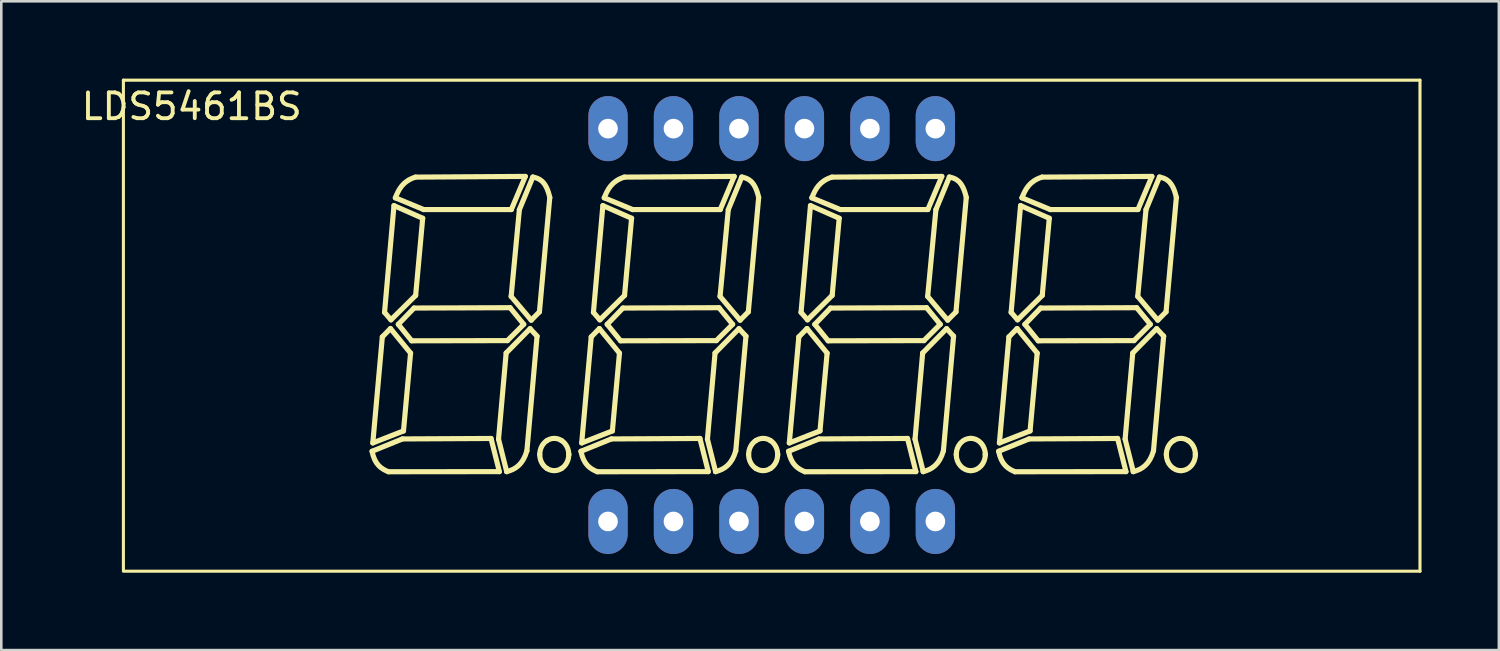
<source format=kicad_pcb>
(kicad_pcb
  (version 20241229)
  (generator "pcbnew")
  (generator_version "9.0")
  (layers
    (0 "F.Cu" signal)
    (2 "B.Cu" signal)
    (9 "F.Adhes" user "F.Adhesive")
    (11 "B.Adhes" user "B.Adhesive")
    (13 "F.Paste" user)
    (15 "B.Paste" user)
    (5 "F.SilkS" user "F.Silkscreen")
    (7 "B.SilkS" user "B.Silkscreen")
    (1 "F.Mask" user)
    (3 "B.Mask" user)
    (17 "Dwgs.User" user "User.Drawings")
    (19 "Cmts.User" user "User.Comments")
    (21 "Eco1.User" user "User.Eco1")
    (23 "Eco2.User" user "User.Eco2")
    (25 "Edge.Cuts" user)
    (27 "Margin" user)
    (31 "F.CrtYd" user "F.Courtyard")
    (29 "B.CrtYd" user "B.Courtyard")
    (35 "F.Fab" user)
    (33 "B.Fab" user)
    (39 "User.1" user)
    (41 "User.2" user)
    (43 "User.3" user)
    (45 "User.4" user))
  (footprint "LDS5461BS"
    (layer "F.Cu")
    (at 26.887 9.58)
    (property "Reference" "LDS5461BS" (at -22.5 -8.5 0) (layer "F.SilkS") (effects (font (size 1 1) (thickness 0.15))))
    (attr through_hole)
    (fp_line (start -25.15 -9.52) (end -25.15 9.48) (stroke (width 0.12) (type solid)) (layer "F.SilkS"))
    (fp_line (start -25.15 -9.52) (end 25.15 -9.52) (stroke (width 0.12) (type solid)) (layer "F.SilkS"))
    (fp_line (start -25.15 9.53) (end 25.15 9.53) (stroke (width 0.12) (type solid)) (layer "F.SilkS"))
    (fp_line (start -15.474 4.553) (end -15.105 0.439) (stroke (width 0.2) (type solid)) (layer "F.SilkS"))
    (fp_line (start -15.105 0.439) (end -14.789 0.116) (stroke (width 0.2) (type solid)) (layer "F.SilkS"))
    (fp_line (start -15.019 -0.512) (end -14.77 -0.222) (stroke (width 0.2) (type solid)) (layer "F.SilkS"))
    (fp_line (start -14.867 5.671) (end -10.564 5.666) (stroke (width 0.2) (type solid)) (layer "F.SilkS"))
    (fp_line (start -14.789 0.116) (end -14.009 1.069) (stroke (width 0.2) (type solid)) (layer "F.SilkS"))
    (fp_line (start -14.77 -0.222) (end -13.812 -1.17) (stroke (width 0.2) (type solid)) (layer "F.SilkS"))
    (fp_line (start -14.653 -4.653) (end -15.019 -0.512) (stroke (width 0.2) (type solid)) (layer "F.SilkS"))
    (fp_line (start -14.6 -4.956) (end -13.5 -4.5) (stroke (width 0.2) (type solid)) (layer "F.SilkS"))
    (fp_line (start -14.485 -0.048) (end -13.968 0.591) (stroke (width 0.2) (type solid)) (layer "F.SilkS"))
    (fp_line (start -14.325 4.398) (end -15.503 4.877) (stroke (width 0.2) (type solid)) (layer "F.SilkS"))
    (fp_line (start -14.284 4.088) (end -15.474 4.553) (stroke (width 0.2) (type solid)) (layer "F.SilkS"))
    (fp_line (start -14.009 1.069) (end -14.284 4.088) (stroke (width 0.2) (type solid)) (layer "F.SilkS"))
    (fp_line (start -13.968 0.591) (end -10.252 0.584) (stroke (width 0.2) (type solid)) (layer "F.SilkS"))
    (fp_line (start -13.875 -0.68) (end -14.485 -0.048) (stroke (width 0.2) (type solid)) (layer "F.SilkS"))
    (fp_line (start -13.812 -1.17) (end -13.539 -4.163) (stroke (width 0.2) (type solid)) (layer "F.SilkS"))
    (fp_line (start -13.539 -4.163) (end -14.653 -4.653) (stroke (width 0.2) (type solid)) (layer "F.SilkS"))
    (fp_line (start -13.5 -4.5) (end -10.1 -4.5) (stroke (width 0.2) (type solid)) (layer "F.SilkS"))
    (fp_line (start -10.888 4.38) (end -14.325 4.398) (stroke (width 0.2) (type solid)) (layer "F.SilkS"))
    (fp_line (start -10.597 4.407) (end -10.301 1.064) (stroke (width 0.2) (type solid)) (layer "F.SilkS"))
    (fp_line (start -10.564 5.666) (end -10.888 4.38) (stroke (width 0.2) (type solid)) (layer "F.SilkS"))
    (fp_line (start -10.301 1.064) (end -9.373 0.12) (stroke (width 0.2) (type solid)) (layer "F.SilkS"))
    (fp_line (start -10.281 5.666) (end -10.597 4.407) (stroke (width 0.2) (type solid)) (layer "F.SilkS"))
    (fp_line (start -10.281 5.666) (end -10.281 5.666) (stroke (width 0.2) (type solid)) (layer "F.SilkS"))
    (fp_line (start -10.252 0.584) (end -9.619 -0.048) (stroke (width 0.2) (type solid)) (layer "F.SilkS"))
    (fp_line (start -10.148 -0.693) (end -13.875 -0.68) (stroke (width 0.2) (type solid)) (layer "F.SilkS"))
    (fp_line (start -10.107 -1.131) (end -9.329 -0.209) (stroke (width 0.2) (type solid)) (layer "F.SilkS"))
    (fp_line (start -10.1 -4.5) (end -9.558 -5.786) (stroke (width 0.2) (type solid)) (layer "F.SilkS"))
    (fp_line (start -9.788 -4.498) (end -10.107 -1.131) (stroke (width 0.2) (type solid)) (layer "F.SilkS"))
    (fp_line (start -9.619 -0.048) (end -10.148 -0.693) (stroke (width 0.2) (type solid)) (layer "F.SilkS"))
    (fp_line (start -9.558 -5.786) (end -13.82 -5.759) (stroke (width 0.2) (type solid)) (layer "F.SilkS"))
    (fp_line (start -9.373 0.12) (end -9.102 0.412) (stroke (width 0.2) (type solid)) (layer "F.SilkS"))
    (fp_line (start -9.329 -0.209) (end -9.01 -0.531) (stroke (width 0.2) (type solid)) (layer "F.SilkS"))
    (fp_line (start -9.265 -5.762) (end -9.788 -4.498) (stroke (width 0.2) (type solid)) (layer "F.SilkS"))
    (fp_line (start -9.102 0.412) (end -9.496 4.859) (stroke (width 0.2) (type solid)) (layer "F.SilkS"))
    (fp_line (start -9.01 -0.531) (end -8.609 -4.969) (stroke (width 0.2) (type solid)) (layer "F.SilkS"))
    (fp_line (start -7.872 5.003) (end -7.872 5.003) (stroke (width 0.2) (type solid)) (layer "F.SilkS"))
    (fp_line (start -7.37 4.553) (end -7.001 0.439) (stroke (width 0.2) (type solid)) (layer "F.SilkS"))
    (fp_line (start -7.001 0.439) (end -6.685 0.116) (stroke (width 0.2) (type solid)) (layer "F.SilkS"))
    (fp_line (start -6.915 -0.512) (end -6.666 -0.222) (stroke (width 0.2) (type solid)) (layer "F.SilkS"))
    (fp_line (start -6.763 5.671) (end -2.46 5.666) (stroke (width 0.2) (type solid)) (layer "F.SilkS"))
    (fp_line (start -6.685 0.116) (end -5.905 1.069) (stroke (width 0.2) (type solid)) (layer "F.SilkS"))
    (fp_line (start -6.666 -0.222) (end -5.708 -1.17) (stroke (width 0.2) (type solid)) (layer "F.SilkS"))
    (fp_line (start -6.549 -4.653) (end -6.915 -0.512) (stroke (width 0.2) (type solid)) (layer "F.SilkS"))
    (fp_line (start -6.496 -4.956) (end -5.396 -4.5) (stroke (width 0.2) (type solid)) (layer "F.SilkS"))
    (fp_line (start -6.381 -0.048) (end -5.864 0.591) (stroke (width 0.2) (type solid)) (layer "F.SilkS"))
    (fp_line (start -6.221 4.398) (end -7.399 4.877) (stroke (width 0.2) (type solid)) (layer "F.SilkS"))
    (fp_line (start -6.18 4.088) (end -7.37 4.553) (stroke (width 0.2) (type solid)) (layer "F.SilkS"))
    (fp_line (start -5.905 1.069) (end -6.18 4.088) (stroke (width 0.2) (type solid)) (layer "F.SilkS"))
    (fp_line (start -5.864 0.591) (end -2.148 0.584) (stroke (width 0.2) (type solid)) (layer "F.SilkS"))
    (fp_line (start -5.771 -0.68) (end -6.381 -0.048) (stroke (width 0.2) (type solid)) (layer "F.SilkS"))
    (fp_line (start -5.708 -1.17) (end -5.435 -4.163) (stroke (width 0.2) (type solid)) (layer "F.SilkS"))
    (fp_line (start -5.435 -4.163) (end -6.549 -4.653) (stroke (width 0.2) (type solid)) (layer "F.SilkS"))
    (fp_line (start -5.396 -4.5) (end -1.996 -4.5) (stroke (width 0.2) (type solid)) (layer "F.SilkS"))
    (fp_line (start -2.784 4.38) (end -6.221 4.398) (stroke (width 0.2) (type solid)) (layer "F.SilkS"))
    (fp_line (start -2.493 4.407) (end -2.197 1.064) (stroke (width 0.2) (type solid)) (layer "F.SilkS"))
    (fp_line (start -2.46 5.666) (end -2.784 4.38) (stroke (width 0.2) (type solid)) (layer "F.SilkS"))
    (fp_line (start -2.197 1.064) (end -1.269 0.12) (stroke (width 0.2) (type solid)) (layer "F.SilkS"))
    (fp_line (start -2.177 5.666) (end -2.493 4.407) (stroke (width 0.2) (type solid)) (layer "F.SilkS"))
    (fp_line (start -2.177 5.666) (end -2.177 5.666) (stroke (width 0.2) (type solid)) (layer "F.SilkS"))
    (fp_line (start -2.148 0.584) (end -1.515 -0.048) (stroke (width 0.2) (type solid)) (layer "F.SilkS"))
    (fp_line (start -2.044 -0.693) (end -5.771 -0.68) (stroke (width 0.2) (type solid)) (layer "F.SilkS"))
    (fp_line (start -2.003 -1.131) (end -1.225 -0.209) (stroke (width 0.2) (type solid)) (layer "F.SilkS"))
    (fp_line (start -1.996 -4.5) (end -1.454 -5.786) (stroke (width 0.2) (type solid)) (layer "F.SilkS"))
    (fp_line (start -1.684 -4.498) (end -2.003 -1.131) (stroke (width 0.2) (type solid)) (layer "F.SilkS"))
    (fp_line (start -1.515 -0.048) (end -2.044 -0.693) (stroke (width 0.2) (type solid)) (layer "F.SilkS"))
    (fp_line (start -1.454 -5.786) (end -5.716 -5.759) (stroke (width 0.2) (type solid)) (layer "F.SilkS"))
    (fp_line (start -1.269 0.12) (end -0.998 0.412) (stroke (width 0.2) (type solid)) (layer "F.SilkS"))
    (fp_line (start -1.225 -0.209) (end -0.906 -0.531) (stroke (width 0.2) (type solid)) (layer "F.SilkS"))
    (fp_line (start -1.161 -5.762) (end -1.684 -4.498) (stroke (width 0.2) (type solid)) (layer "F.SilkS"))
    (fp_line (start -0.998 0.412) (end -1.393 4.859) (stroke (width 0.2) (type solid)) (layer "F.SilkS"))
    (fp_line (start -0.906 -0.531) (end -0.505 -4.969) (stroke (width 0.2) (type solid)) (layer "F.SilkS"))
    (fp_line (start 0.232 5.003) (end 0.232 5.003) (stroke (width 0.2) (type solid)) (layer "F.SilkS"))
    (fp_line (start 0.684 4.553) (end 1.053 0.439) (stroke (width 0.2) (type solid)) (layer "F.SilkS"))
    (fp_line (start 1.053 0.439) (end 1.369 0.116) (stroke (width 0.2) (type solid)) (layer "F.SilkS"))
    (fp_line (start 1.139 -0.512) (end 1.389 -0.222) (stroke (width 0.2) (type solid)) (layer "F.SilkS"))
    (fp_line (start 1.291 5.671) (end 5.594 5.666) (stroke (width 0.2) (type solid)) (layer "F.SilkS"))
    (fp_line (start 1.369 0.116) (end 2.15 1.069) (stroke (width 0.2) (type solid)) (layer "F.SilkS"))
    (fp_line (start 1.389 -0.222) (end 2.347 -1.17) (stroke (width 0.2) (type solid)) (layer "F.SilkS"))
    (fp_line (start 1.505 -4.653) (end 1.139 -0.512) (stroke (width 0.2) (type solid)) (layer "F.SilkS"))
    (fp_line (start 1.558 -4.956) (end 2.659 -4.5) (stroke (width 0.2) (type solid)) (layer "F.SilkS"))
    (fp_line (start 1.673 -0.048) (end 2.19 0.591) (stroke (width 0.2) (type solid)) (layer "F.SilkS"))
    (fp_line (start 1.833 4.398) (end 0.655 4.877) (stroke (width 0.2) (type solid)) (layer "F.SilkS"))
    (fp_line (start 1.874 4.088) (end 0.684 4.553) (stroke (width 0.2) (type solid)) (layer "F.SilkS"))
    (fp_line (start 2.15 1.069) (end 1.874 4.088) (stroke (width 0.2) (type solid)) (layer "F.SilkS"))
    (fp_line (start 2.19 0.591) (end 5.906 0.584) (stroke (width 0.2) (type solid)) (layer "F.SilkS"))
    (fp_line (start 2.283 -0.68) (end 1.673 -0.048) (stroke (width 0.2) (type solid)) (layer "F.SilkS"))
    (fp_line (start 2.347 -1.17) (end 2.62 -4.163) (stroke (width 0.2) (type solid)) (layer "F.SilkS"))
    (fp_line (start 2.62 -4.163) (end 1.505 -4.653) (stroke (width 0.2) (type solid)) (layer "F.SilkS"))
    (fp_line (start 2.659 -4.5) (end 6.058 -4.5) (stroke (width 0.2) (type solid)) (layer "F.SilkS"))
    (fp_line (start 5.27 4.38) (end 1.833 4.398) (stroke (width 0.2) (type solid)) (layer "F.SilkS"))
    (fp_line (start 5.561 4.407) (end 5.857 1.064) (stroke (width 0.2) (type solid)) (layer "F.SilkS"))
    (fp_line (start 5.594 5.666) (end 5.27 4.38) (stroke (width 0.2) (type solid)) (layer "F.SilkS"))
    (fp_line (start 5.857 1.064) (end 6.785 0.12) (stroke (width 0.2) (type solid)) (layer "F.SilkS"))
    (fp_line (start 5.878 5.666) (end 5.561 4.407) (stroke (width 0.2) (type solid)) (layer "F.SilkS"))
    (fp_line (start 5.878 5.666) (end 5.878 5.666) (stroke (width 0.2) (type solid)) (layer "F.SilkS"))
    (fp_line (start 5.906 0.584) (end 6.539 -0.048) (stroke (width 0.2) (type solid)) (layer "F.SilkS"))
    (fp_line (start 6.011 -0.693) (end 2.283 -0.68) (stroke (width 0.2) (type solid)) (layer "F.SilkS"))
    (fp_line (start 6.051 -1.131) (end 6.829 -0.209) (stroke (width 0.2) (type solid)) (layer "F.SilkS"))
    (fp_line (start 6.058 -4.5) (end 6.6 -5.786) (stroke (width 0.2) (type solid)) (layer "F.SilkS"))
    (fp_line (start 6.371 -4.498) (end 6.051 -1.131) (stroke (width 0.2) (type solid)) (layer "F.SilkS"))
    (fp_line (start 6.539 -0.048) (end 6.011 -0.693) (stroke (width 0.2) (type solid)) (layer "F.SilkS"))
    (fp_line (start 6.6 -5.786) (end 2.338 -5.759) (stroke (width 0.2) (type solid)) (layer "F.SilkS"))
    (fp_line (start 6.785 0.12) (end 7.056 0.412) (stroke (width 0.2) (type solid)) (layer "F.SilkS"))
    (fp_line (start 6.829 -0.209) (end 7.149 -0.531) (stroke (width 0.2) (type solid)) (layer "F.SilkS"))
    (fp_line (start 6.893 -5.762) (end 6.371 -4.498) (stroke (width 0.2) (type solid)) (layer "F.SilkS"))
    (fp_line (start 7.056 0.412) (end 6.662 4.859) (stroke (width 0.2) (type solid)) (layer "F.SilkS"))
    (fp_line (start 7.149 -0.531) (end 7.549 -4.969) (stroke (width 0.2) (type solid)) (layer "F.SilkS"))
    (fp_line (start 8.287 5.003) (end 8.287 5.003) (stroke (width 0.2) (type solid)) (layer "F.SilkS"))
    (fp_line (start 8.834 4.553) (end 9.203 0.439) (stroke (width 0.2) (type solid)) (layer "F.SilkS"))
    (fp_line (start 9.203 0.439) (end 9.519 0.116) (stroke (width 0.2) (type solid)) (layer "F.SilkS"))
    (fp_line (start 9.289 -0.512) (end 9.539 -0.222) (stroke (width 0.2) (type solid)) (layer "F.SilkS"))
    (fp_line (start 9.441 5.671) (end 13.744 5.666) (stroke (width 0.2) (type solid)) (layer "F.SilkS"))
    (fp_line (start 9.519 0.116) (end 10.3 1.069) (stroke (width 0.2) (type solid)) (layer "F.SilkS"))
    (fp_line (start 9.539 -0.222) (end 10.497 -1.17) (stroke (width 0.2) (type solid)) (layer "F.SilkS"))
    (fp_line (start 9.655 -4.653) (end 9.289 -0.512) (stroke (width 0.2) (type solid)) (layer "F.SilkS"))
    (fp_line (start 9.708 -4.956) (end 10.809 -4.5) (stroke (width 0.2) (type solid)) (layer "F.SilkS"))
    (fp_line (start 9.823 -0.048) (end 10.34 0.591) (stroke (width 0.2) (type solid)) (layer "F.SilkS"))
    (fp_line (start 9.983 4.398) (end 8.805 4.877) (stroke (width 0.2) (type solid)) (layer "F.SilkS"))
    (fp_line (start 10.024 4.088) (end 8.834 4.553) (stroke (width 0.2) (type solid)) (layer "F.SilkS"))
    (fp_line (start 10.3 1.069) (end 10.024 4.088) (stroke (width 0.2) (type solid)) (layer "F.SilkS"))
    (fp_line (start 10.34 0.591) (end 14.056 0.584) (stroke (width 0.2) (type solid)) (layer "F.SilkS"))
    (fp_line (start 10.433 -0.68) (end 9.823 -0.048) (stroke (width 0.2) (type solid)) (layer "F.SilkS"))
    (fp_line (start 10.497 -1.17) (end 10.77 -4.163) (stroke (width 0.2) (type solid)) (layer "F.SilkS"))
    (fp_line (start 10.77 -4.163) (end 9.655 -4.653) (stroke (width 0.2) (type solid)) (layer "F.SilkS"))
    (fp_line (start 10.809 -4.5) (end 14.208 -4.5) (stroke (width 0.2) (type solid)) (layer "F.SilkS"))
    (fp_line (start 13.42 4.38) (end 9.983 4.398) (stroke (width 0.2) (type solid)) (layer "F.SilkS"))
    (fp_line (start 13.711 4.407) (end 14.007 1.064) (stroke (width 0.2) (type solid)) (layer "F.SilkS"))
    (fp_line (start 13.744 5.666) (end 13.42 4.38) (stroke (width 0.2) (type solid)) (layer "F.SilkS"))
    (fp_line (start 14.007 1.064) (end 14.935 0.12) (stroke (width 0.2) (type solid)) (layer "F.SilkS"))
    (fp_line (start 14.028 5.666) (end 13.711 4.407) (stroke (width 0.2) (type solid)) (layer "F.SilkS"))
    (fp_line (start 14.028 5.666) (end 14.028 5.666) (stroke (width 0.2) (type solid)) (layer "F.SilkS"))
    (fp_line (start 14.056 0.584) (end 14.689 -0.048) (stroke (width 0.2) (type solid)) (layer "F.SilkS"))
    (fp_line (start 14.161 -0.693) (end 10.433 -0.68) (stroke (width 0.2) (type solid)) (layer "F.SilkS"))
    (fp_line (start 14.201 -1.131) (end 14.979 -0.209) (stroke (width 0.2) (type solid)) (layer "F.SilkS"))
    (fp_line (start 14.208 -4.5) (end 14.75 -5.786) (stroke (width 0.2) (type solid)) (layer "F.SilkS"))
    (fp_line (start 14.521 -4.498) (end 14.201 -1.131) (stroke (width 0.2) (type solid)) (layer "F.SilkS"))
    (fp_line (start 14.689 -0.048) (end 14.161 -0.693) (stroke (width 0.2) (type solid)) (layer "F.SilkS"))
    (fp_line (start 14.75 -5.786) (end 10.488 -5.759) (stroke (width 0.2) (type solid)) (layer "F.SilkS"))
    (fp_line (start 14.935 0.12) (end 15.206 0.412) (stroke (width 0.2) (type solid)) (layer "F.SilkS"))
    (fp_line (start 14.979 -0.209) (end 15.299 -0.531) (stroke (width 0.2) (type solid)) (layer "F.SilkS"))
    (fp_line (start 15.043 -5.762) (end 14.521 -4.498) (stroke (width 0.2) (type solid)) (layer "F.SilkS"))
    (fp_line (start 15.206 0.412) (end 14.812 4.859) (stroke (width 0.2) (type solid)) (layer "F.SilkS"))
    (fp_line (start 15.299 -0.531) (end 15.699 -4.969) (stroke (width 0.2) (type solid)) (layer "F.SilkS"))
    (fp_line (start 16.437 5.003) (end 16.437 5.003) (stroke (width 0.2) (type solid)) (layer "F.SilkS"))
    (fp_line (start 25.15 -9.52) (end 25.15 9.53) (stroke (width 0.12) (type solid)) (layer "F.SilkS"))
    (fp_curve (pts (xy -15.503 4.877) (xy -15.404 5.386) (xy -15.15 5.559) (xy -14.867 5.671)) (stroke (width 0.2) (type solid)) (layer "F.SilkS"))
    (fp_curve (pts (xy -13.82 -5.759) (xy -14.313 -5.603) (xy -14.467 -5.285) (xy -14.6 -4.956)) (stroke (width 0.2) (type solid)) (layer "F.SilkS"))
    (fp_curve (pts (xy -9.496 4.859) (xy -9.649 5.39) (xy -9.943 5.582) (xy -10.281 5.666)) (stroke (width 0.2) (type solid)) (layer "F.SilkS"))
    (fp_curve (pts (xy -8.998 5.003) (xy -8.998 4.779) (xy -8.891 4.573) (xy -8.716 4.461)) (stroke (width 0.2) (type solid)) (layer "F.SilkS"))
    (fp_curve (pts (xy -8.716 4.461) (xy -8.542 4.349) (xy -8.327 4.349) (xy -8.153 4.461)) (stroke (width 0.2) (type solid)) (layer "F.SilkS"))
    (fp_curve (pts (xy -8.716 5.545) (xy -8.891 5.433) (xy -8.998 5.226) (xy -8.998 5.003)) (stroke (width 0.2) (type solid)) (layer "F.SilkS"))
    (fp_curve (pts (xy -8.609 -4.969) (xy -8.759 -5.645) (xy -9.05 -5.715) (xy -9.265 -5.762)) (stroke (width 0.2) (type solid)) (layer "F.SilkS"))
    (fp_curve (pts (xy -8.153 4.461) (xy -7.979 4.573) (xy -7.872 4.779) (xy -7.872 5.003)) (stroke (width 0.2) (type solid)) (layer "F.SilkS"))
    (fp_curve (pts (xy -8.153 5.545) (xy -8.327 5.656) (xy -8.542 5.656) (xy -8.716 5.545)) (stroke (width 0.2) (type solid)) (layer "F.SilkS"))
    (fp_curve (pts (xy -7.872 5.003) (xy -7.872 5.226) (xy -7.979 5.433) (xy -8.153 5.545)) (stroke (width 0.2) (type solid)) (layer "F.SilkS"))
    (fp_curve (pts (xy -7.399 4.877) (xy -7.3 5.386) (xy -7.046 5.559) (xy -6.763 5.671)) (stroke (width 0.2) (type solid)) (layer "F.SilkS"))
    (fp_curve (pts (xy -5.716 -5.759) (xy -6.209 -5.603) (xy -6.363 -5.285) (xy -6.496 -4.956)) (stroke (width 0.2) (type solid)) (layer "F.SilkS"))
    (fp_curve (pts (xy -1.393 4.859) (xy -1.546 5.39) (xy -1.839 5.582) (xy -2.177 5.666)) (stroke (width 0.2) (type solid)) (layer "F.SilkS"))
    (fp_curve (pts (xy -0.894 5.003) (xy -0.894 4.779) (xy -0.787 4.573) (xy -0.612 4.461)) (stroke (width 0.2) (type solid)) (layer "F.SilkS"))
    (fp_curve (pts (xy -0.612 4.461) (xy -0.438 4.349) (xy -0.223 4.349) (xy -0.049 4.461)) (stroke (width 0.2) (type solid)) (layer "F.SilkS"))
    (fp_curve (pts (xy -0.612 5.545) (xy -0.787 5.433) (xy -0.894 5.226) (xy -0.894 5.003)) (stroke (width 0.2) (type solid)) (layer "F.SilkS"))
    (fp_curve (pts (xy -0.505 -4.969) (xy -0.655 -5.645) (xy -0.946 -5.715) (xy -1.161 -5.762)) (stroke (width 0.2) (type solid)) (layer "F.SilkS"))
    (fp_curve (pts (xy -0.049 4.461) (xy 0.125 4.573) (xy 0.232 4.779) (xy 0.232 5.003)) (stroke (width 0.2) (type solid)) (layer "F.SilkS"))
    (fp_curve (pts (xy -0.049 5.545) (xy -0.223 5.656) (xy -0.438 5.656) (xy -0.612 5.545)) (stroke (width 0.2) (type solid)) (layer "F.SilkS"))
    (fp_curve (pts (xy 0.232 5.003) (xy 0.232 5.226) (xy 0.125 5.433) (xy -0.049 5.545)) (stroke (width 0.2) (type solid)) (layer "F.SilkS"))
    (fp_curve (pts (xy 0.655 4.877) (xy 0.754 5.386) (xy 1.008 5.559) (xy 1.291 5.671)) (stroke (width 0.2) (type solid)) (layer "F.SilkS"))
    (fp_curve (pts (xy 2.338 -5.759) (xy 1.845 -5.603) (xy 1.692 -5.285) (xy 1.558 -4.956)) (stroke (width 0.2) (type solid)) (layer "F.SilkS"))
    (fp_curve (pts (xy 6.662 4.859) (xy 6.509 5.39) (xy 6.216 5.582) (xy 5.878 5.666)) (stroke (width 0.2) (type solid)) (layer "F.SilkS"))
    (fp_curve (pts (xy 7.16 5.003) (xy 7.16 4.657) (xy 7.412 4.377) (xy 7.723 4.377)) (stroke (width 0.2) (type solid)) (layer "F.SilkS"))
    (fp_curve (pts (xy 7.549 -4.969) (xy 7.4 -5.645) (xy 7.108 -5.715) (xy 6.893 -5.762)) (stroke (width 0.2) (type solid)) (layer "F.SilkS"))
    (fp_curve (pts (xy 7.723 4.377) (xy 8.035 4.377) (xy 8.287 4.657) (xy 8.287 5.003)) (stroke (width 0.2) (type solid)) (layer "F.SilkS"))
    (fp_curve (pts (xy 7.723 5.628) (xy 7.412 5.628) (xy 7.16 5.348) (xy 7.16 5.003)) (stroke (width 0.2) (type solid)) (layer "F.SilkS"))
    (fp_curve (pts (xy 8.287 5.003) (xy 8.287 5.348) (xy 8.035 5.628) (xy 7.723 5.628)) (stroke (width 0.2) (type solid)) (layer "F.SilkS"))
    (fp_curve (pts (xy 8.805 4.877) (xy 8.904 5.386) (xy 9.158 5.559) (xy 9.441 5.671)) (stroke (width 0.2) (type solid)) (layer "F.SilkS"))
    (fp_curve (pts (xy 10.488 -5.759) (xy 9.995 -5.603) (xy 9.842 -5.285) (xy 9.708 -4.956)) (stroke (width 0.2) (type solid)) (layer "F.SilkS"))
    (fp_curve (pts (xy 14.812 4.859) (xy 14.659 5.39) (xy 14.366 5.582) (xy 14.028 5.666)) (stroke (width 0.2) (type solid)) (layer "F.SilkS"))
    (fp_curve (pts (xy 15.31 5.003) (xy 15.31 4.779) (xy 15.418 4.573) (xy 15.592 4.461)) (stroke (width 0.2) (type solid)) (layer "F.SilkS"))
    (fp_curve (pts (xy 15.592 4.461) (xy 15.766 4.349) (xy 15.981 4.349) (xy 16.155 4.461)) (stroke (width 0.2) (type solid)) (layer "F.SilkS"))
    (fp_curve (pts (xy 15.699 -4.969) (xy 15.55 -5.645) (xy 15.258 -5.715) (xy 15.043 -5.762)) (stroke (width 0.2) (type solid)) (layer "F.SilkS"))
    (fp_curve (pts (xy 15.873 5.628) (xy 15.562 5.628) (xy 15.31 5.348) (xy 15.31 5.003)) (stroke (width 0.2) (type solid)) (layer "F.SilkS"))
    (fp_curve (pts (xy 16.155 4.461) (xy 16.329 4.573) (xy 16.437 4.779) (xy 16.437 5.003)) (stroke (width 0.2) (type solid)) (layer "F.SilkS"))
    (fp_curve (pts (xy 16.437 5.003) (xy 16.437 5.348) (xy 16.185 5.628) (xy 15.873 5.628)) (stroke (width 0.2) (type solid)) (layer "F.SilkS"))
    (pad "1" thru_hole oval (at -6.35 7.6) (size 1.524 2.524) (drill 0.762) (layers "*.Cu" "*.Mask"))
    (pad "2" thru_hole oval (at -3.81 7.6) (size 1.524 2.524) (drill 0.762) (layers "*.Cu" "*.Mask"))
    (pad "3" thru_hole oval (at -1.27 7.6) (size 1.524 2.524) (drill 0.762) (layers "*.Cu" "*.Mask"))
    (pad "4" thru_hole oval (at 1.27 7.6) (size 1.524 2.524) (drill 0.762) (layers "*.Cu" "*.Mask"))
    (pad "5" thru_hole oval (at 3.81 7.6) (size 1.524 2.524) (drill 0.762) (layers "*.Cu" "*.Mask"))
    (pad "6" thru_hole oval (at 6.35 7.6) (size 1.524 2.524) (drill 0.762) (layers "*.Cu" "*.Mask"))
    (pad "7" thru_hole oval (at 6.35 -7.64) (size 1.524 2.524) (drill 0.762) (layers "*.Cu" "*.Mask"))
    (pad "8" thru_hole oval (at 3.81 -7.64) (size 1.524 2.524) (drill 0.762) (layers "*.Cu" "*.Mask"))
    (pad "9" thru_hole oval (at 1.27 -7.64) (size 1.524 2.524) (drill 0.762) (layers "*.Cu" "*.Mask"))
    (pad "10" thru_hole oval (at -1.27 -7.64) (size 1.524 2.524) (drill 0.762) (layers "*.Cu" "*.Mask"))
    (pad "11" thru_hole oval (at -3.81 -7.64) (size 1.524 2.524) (drill 0.762) (layers "*.Cu" "*.Mask"))
    (pad "12" thru_hole oval (at -6.35 -7.64) (size 1.524 2.524) (drill 0.762) (layers "*.Cu" "*.Mask")))
  (gr_rect
    (start -3 -3)
    (end 55.097 22.17)
    (stroke (width 0.1) (type default))
    (fill no)
    (layer "Edge.Cuts")))
</source>
